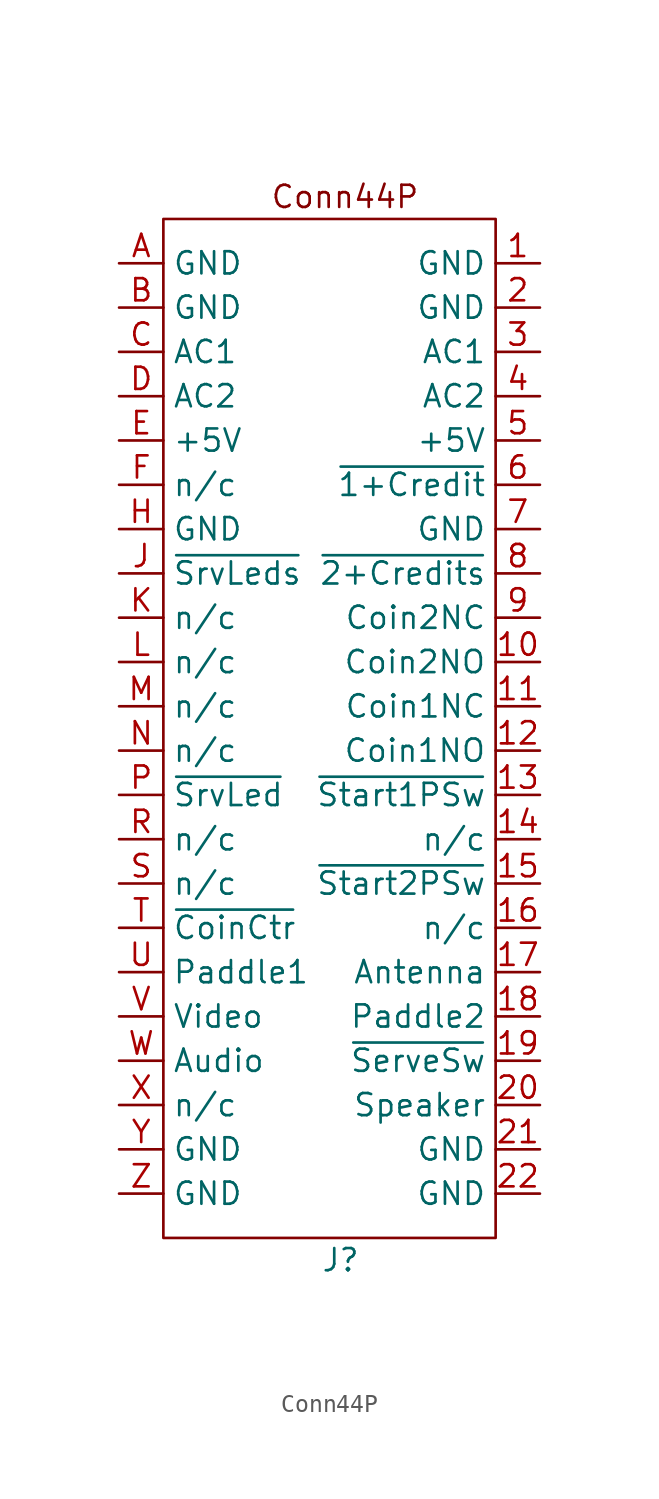
<source format=kicad_sym>
(kicad_symbol_lib
  (version 20241209)
  (generator "kicad_symbol_editor")
  (generator_version "9.0")
  (symbol "Conn44P"
    (property "Reference" "J"
      (at 0 -30.48 0)
      (effects (font (size 1.27 1.27))))
    (property "Value" ""
      (at 0 0 0)
      (effects (font (size 1.27 1.27))))
    (symbol "Conn44P_0_1"
      (rectangle (start -10.16 29.21) (end 8.89 -29.21) (stroke (width 0) (type default)) (fill (type none))))
    (symbol "Conn44P_1_1"
      (text "Conn44P" (at 0.254 30.48 0) (effects (font (size 1.27 1.27))))
      (pin passive line (at -12.7 26.67 0) (length 2.54) (name "GND" (effects (font (size 1.27 1.27)))) (number "A" (effects (font (size 1.27 1.27)))))
      (pin passive line (at -12.7 24.13 0) (length 2.54) (name "GND" (effects (font (size 1.27 1.27)))) (number "B" (effects (font (size 1.27 1.27)))))
      (pin passive line (at -12.7 21.59 0) (length 2.54) (name "AC1" (effects (font (size 1.27 1.27)))) (number "C" (effects (font (size 1.27 1.27)))))
      (pin passive line (at -12.7 19.05 0) (length 2.54) (name "AC2" (effects (font (size 1.27 1.27)))) (number "D" (effects (font (size 1.27 1.27)))))
      (pin passive line (at -12.7 16.51 0) (length 2.54) (name "+5V" (effects (font (size 1.27 1.27)))) (number "E" (effects (font (size 1.27 1.27)))))
      (pin passive line (at -12.7 13.97 0) (length 2.54) (name "n/c" (effects (font (size 1.27 1.27)))) (number "F" (effects (font (size 1.27 1.27)))))
      (pin passive line (at -12.7 11.43 0) (length 2.54) (name "GND" (effects (font (size 1.27 1.27)))) (number "H" (effects (font (size 1.27 1.27)))))
      (pin passive line (at -12.7 8.89 0) (length 2.54) (name "~{SrvLeds}" (effects (font (size 1.27 1.27)))) (number "J" (effects (font (size 1.27 1.27)))))
      (pin passive line (at -12.7 6.35 0) (length 2.54) (name "n/c" (effects (font (size 1.27 1.27)))) (number "K" (effects (font (size 1.27 1.27)))))
      (pin passive line (at -12.7 3.81 0) (length 2.54) (name "n/c" (effects (font (size 1.27 1.27)))) (number "L" (effects (font (size 1.27 1.27)))))
      (pin passive line (at -12.7 1.27 0) (length 2.54) (name "n/c" (effects (font (size 1.27 1.27)))) (number "M" (effects (font (size 1.27 1.27)))))
      (pin passive line (at -12.7 -1.27 0) (length 2.54) (name "n/c" (effects (font (size 1.27 1.27)))) (number "N" (effects (font (size 1.27 1.27)))))
      (pin passive line (at -12.7 -3.81 0) (length 2.54) (name "~{SrvLed}" (effects (font (size 1.27 1.27)))) (number "P" (effects (font (size 1.27 1.27)))))
      (pin passive line (at -12.7 -6.35 0) (length 2.54) (name "n/c" (effects (font (size 1.27 1.27)))) (number "R" (effects (font (size 1.27 1.27)))))
      (pin passive line (at -12.7 -8.89 0) (length 2.54) (name "n/c" (effects (font (size 1.27 1.27)))) (number "S" (effects (font (size 1.27 1.27)))))
      (pin passive line (at -12.7 -11.43 0) (length 2.54) (name "~{CoinCtr}" (effects (font (size 1.27 1.27)))) (number "T" (effects (font (size 1.27 1.27)))))
      (pin passive line (at -12.7 -13.97 0) (length 2.54) (name "Paddle1" (effects (font (size 1.27 1.27)))) (number "U" (effects (font (size 1.27 1.27)))))
      (pin passive line (at -12.7 -16.51 0) (length 2.54) (name "Video" (effects (font (size 1.27 1.27)))) (number "V" (effects (font (size 1.27 1.27)))))
      (pin passive line (at -12.7 -19.05 0) (length 2.54) (name "Audio" (effects (font (size 1.27 1.27)))) (number "W" (effects (font (size 1.27 1.27)))))
      (pin passive line (at -12.7 -21.59 0) (length 2.54) (name "n/c" (effects (font (size 1.27 1.27)))) (number "X" (effects (font (size 1.27 1.27)))))
      (pin passive line (at -12.7 -24.13 0) (length 2.54) (name "GND" (effects (font (size 1.27 1.27)))) (number "Y" (effects (font (size 1.27 1.27)))))
      (pin passive line (at -12.7 -26.67 0) (length 2.54) (name "GND" (effects (font (size 1.27 1.27)))) (number "Z" (effects (font (size 1.27 1.27)))))
      (pin passive line (at 11.43 26.67 180) (length 2.54) (name "GND" (effects (font (size 1.27 1.27)))) (number "1" (effects (font (size 1.27 1.27)))))
      (pin passive line (at 11.43 24.13 180) (length 2.54) (name "GND" (effects (font (size 1.27 1.27)))) (number "2" (effects (font (size 1.27 1.27)))))
      (pin passive line (at 11.43 21.59 180) (length 2.54) (name "AC1" (effects (font (size 1.27 1.27)))) (number "3" (effects (font (size 1.27 1.27)))))
      (pin passive line (at 11.43 19.05 180) (length 2.54) (name "AC2" (effects (font (size 1.27 1.27)))) (number "4" (effects (font (size 1.27 1.27)))))
      (pin passive line (at 11.43 16.51 180) (length 2.54) (name "+5V" (effects (font (size 1.27 1.27)))) (number "5" (effects (font (size 1.27 1.27)))))
      (pin passive line (at 11.43 13.97 180) (length 2.54) (name "~{1+Credit}" (effects (font (size 1.27 1.27)))) (number "6" (effects (font (size 1.27 1.27)))))
      (pin passive line (at 11.43 11.43 180) (length 2.54) (name "GND" (effects (font (size 1.27 1.27)))) (number "7" (effects (font (size 1.27 1.27)))))
      (pin passive line (at 11.43 8.89 180) (length 2.54) (name "~{2+Credits}" (effects (font (size 1.27 1.27)))) (number "8" (effects (font (size 1.27 1.27)))))
      (pin passive line (at 11.43 6.35 180) (length 2.54) (name "Coin2NC" (effects (font (size 1.27 1.27)))) (number "9" (effects (font (size 1.27 1.27)))))
      (pin passive line (at 11.43 3.81 180) (length 2.54) (name "Coin2NO" (effects (font (size 1.27 1.27)))) (number "10" (effects (font (size 1.27 1.27)))))
      (pin passive line (at 11.43 1.27 180) (length 2.54) (name "Coin1NC" (effects (font (size 1.27 1.27)))) (number "11" (effects (font (size 1.27 1.27)))))
      (pin passive line (at 11.43 -1.27 180) (length 2.54) (name "Coin1NO" (effects (font (size 1.27 1.27)))) (number "12" (effects (font (size 1.27 1.27)))))
      (pin passive line (at 11.43 -3.81 180) (length 2.54) (name "~{Start1PSw}" (effects (font (size 1.27 1.27)))) (number "13" (effects (font (size 1.27 1.27)))))
      (pin passive line (at 11.43 -6.35 180) (length 2.54) (name "n/c" (effects (font (size 1.27 1.27)))) (number "14" (effects (font (size 1.27 1.27)))))
      (pin passive line (at 11.43 -8.89 180) (length 2.54) (name "~{Start2PSw}" (effects (font (size 1.27 1.27)))) (number "15" (effects (font (size 1.27 1.27)))))
      (pin passive line (at 11.43 -11.43 180) (length 2.54) (name "n/c" (effects (font (size 1.27 1.27)))) (number "16" (effects (font (size 1.27 1.27)))))
      (pin passive line (at 11.43 -13.97 180) (length 2.54) (name "Antenna" (effects (font (size 1.27 1.27)))) (number "17" (effects (font (size 1.27 1.27)))))
      (pin passive line (at 11.43 -16.51 180) (length 2.54) (name "Paddle2" (effects (font (size 1.27 1.27)))) (number "18" (effects (font (size 1.27 1.27)))))
      (pin passive line (at 11.43 -19.05 180) (length 2.54) (name "~{ServeSw}" (effects (font (size 1.27 1.27)))) (number "19" (effects (font (size 1.27 1.27)))))
      (pin passive line (at 11.43 -21.59 180) (length 2.54) (name "Speaker" (effects (font (size 1.27 1.27)))) (number "20" (effects (font (size 1.27 1.27)))))
      (pin passive line (at 11.43 -24.13 180) (length 2.54) (name "GND" (effects (font (size 1.27 1.27)))) (number "21" (effects (font (size 1.27 1.27)))))
      (pin passive line (at 11.43 -26.67 180) (length 2.54) (name "GND" (effects (font (size 1.27 1.27)))) (number "22" (effects (font (size 1.27 1.27))))))))
</source>
